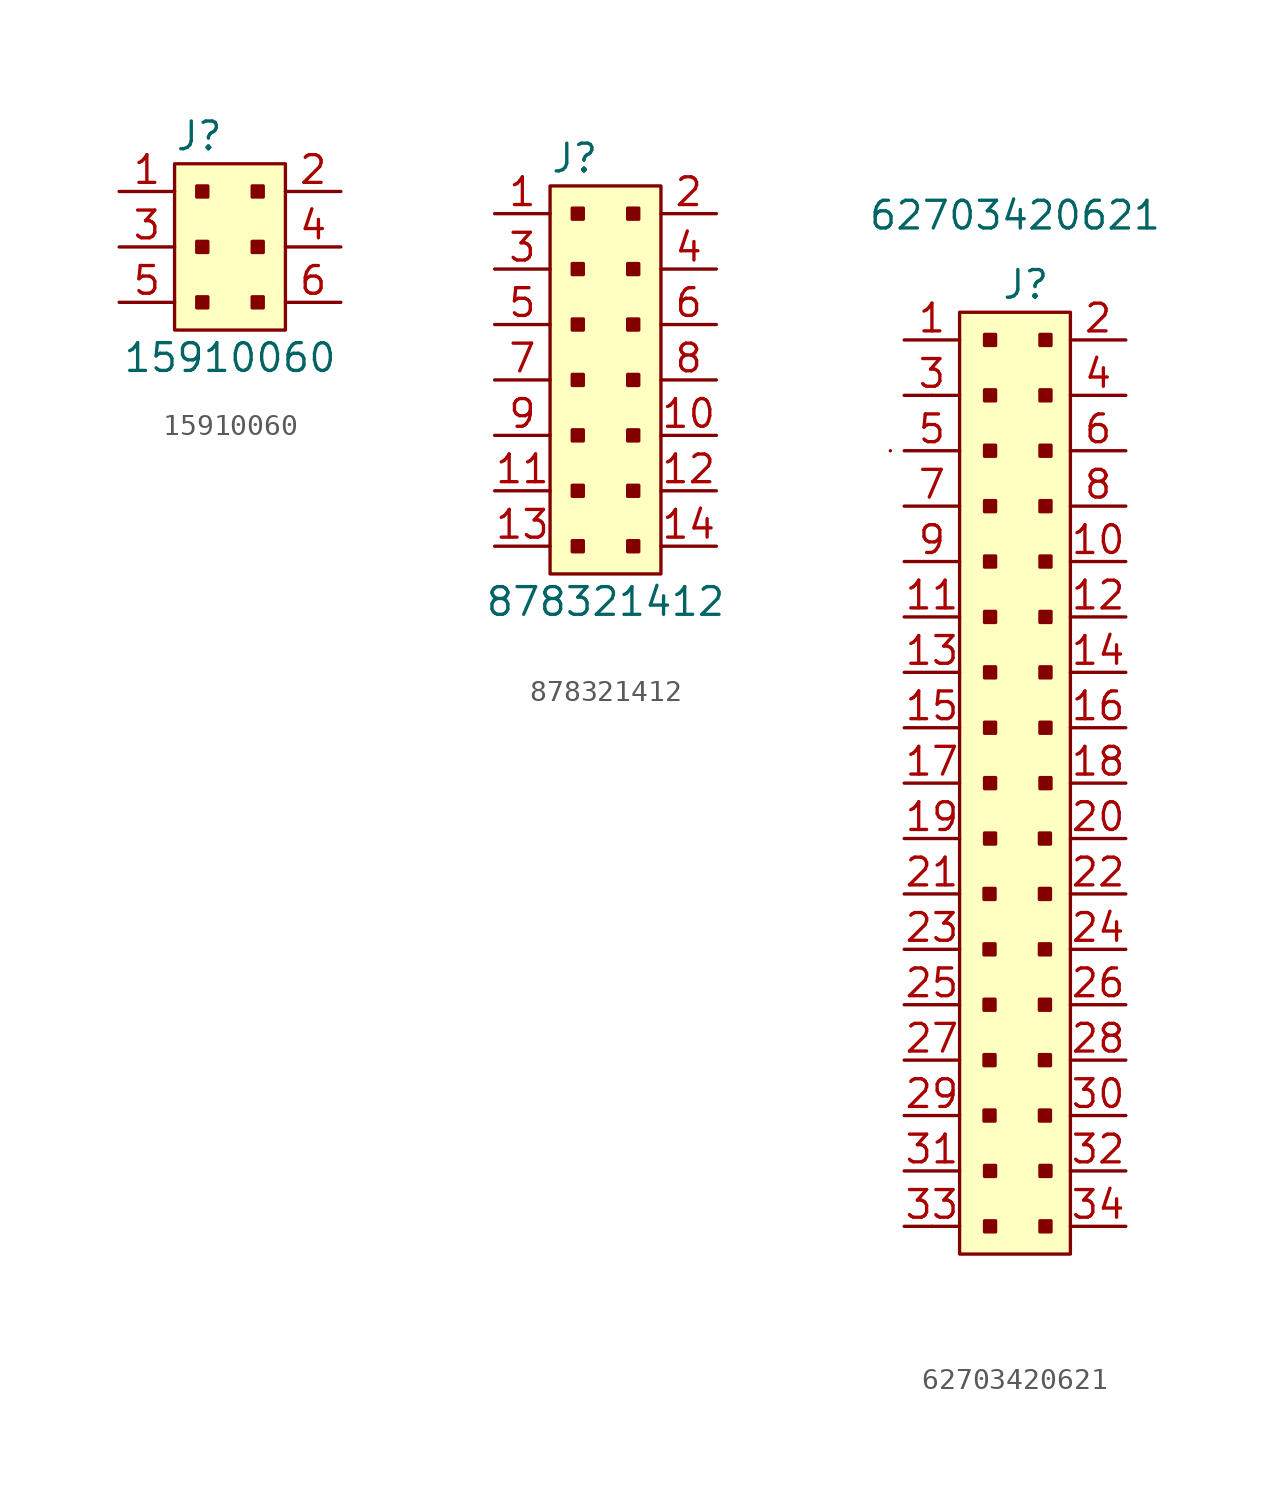
<source format=kicad_sym>
(kicad_symbol_lib
  (version 20211014)
  (generator kicad_symbol_editor)
  (symbol "15910060"
    (pin_names
      (offset 1.016))
    (property "Reference" "J"
      (at -2.54 5.08 0)
      (effects (font (size 1.27 1.27)) (justify left)))
    (property "Value" "15910060"
      (at 0 -5.08 0)
      (effects (font (size 1.27 1.27))))
    (symbol "15910060_1_1"
      (rectangle (start -2.54 3.81) (end 2.54 -3.81) (stroke (width 0) (type default) (color 0 0 0 0)) (fill (type background)))
      (rectangle (start -1.524 -2.286) (end -1.016 -2.794) (stroke (width 0) (type default) (color 0 0 0 0)) (fill (type outline)))
      (rectangle (start -1.524 0.254) (end -1.016 -0.254) (stroke (width 0) (type default) (color 0 0 0 0)) (fill (type outline)))
      (rectangle (start -1.524 2.794) (end -1.016 2.286) (stroke (width 0) (type default) (color 0 0 0 0)) (fill (type outline)))
      (rectangle (start 1.016 -2.286) (end 1.524 -2.794) (stroke (width 0) (type default) (color 0 0 0 0)) (fill (type outline)))
      (rectangle (start 1.016 0.254) (end 1.524 -0.254) (stroke (width 0) (type default) (color 0 0 0 0)) (fill (type outline)))
      (rectangle (start 1.016 2.794) (end 1.524 2.286) (stroke (width 0) (type default) (color 0 0 0 0)) (fill (type outline)))
      (pin passive line (at -5.08 2.54 0) (length 2.54) (name "~" (effects (font (size 1.27 1.27)))) (number "1" (effects (font (size 1.27 1.27)))))
      (pin passive line (at 5.08 2.54 180) (length 2.54) (name "~" (effects (font (size 1.27 1.27)))) (number "2" (effects (font (size 1.27 1.27)))))
      (pin passive line (at -5.08 0 0) (length 2.54) (name "~" (effects (font (size 1.27 1.27)))) (number "3" (effects (font (size 1.27 1.27)))))
      (pin passive line (at 5.08 0 180) (length 2.54) (name "~" (effects (font (size 1.27 1.27)))) (number "4" (effects (font (size 1.27 1.27)))))
      (pin passive line (at -5.08 -2.54 0) (length 2.54) (name "~" (effects (font (size 1.27 1.27)))) (number "5" (effects (font (size 1.27 1.27)))))
      (pin passive line (at 5.08 -2.54 180) (length 2.54) (name "~" (effects (font (size 1.27 1.27)))) (number "6" (effects (font (size 1.27 1.27)))))))
  (symbol "878321412"
    (pin_names
      (offset 1.016))
    (property "Reference" "J"
      (at -2.54 10.16 0)
      (effects (font (size 1.27 1.27)) (justify left)))
    (property "Value" "878321412"
      (at 0 -10.16 0)
      (effects (font (size 1.27 1.27))))
    (symbol "878321412_1_1"
      (rectangle (start -2.54 8.89) (end 2.54 -8.89) (stroke (width 0) (type default) (color 0 0 0 0)) (fill (type background)))
      (rectangle (start -1.524 -7.366) (end -1.016 -7.874) (stroke (width 0) (type default) (color 0 0 0 0)) (fill (type outline)))
      (rectangle (start -1.524 -4.826) (end -1.016 -5.334) (stroke (width 0) (type default) (color 0 0 0 0)) (fill (type outline)))
      (rectangle (start -1.524 -2.286) (end -1.016 -2.794) (stroke (width 0) (type default) (color 0 0 0 0)) (fill (type outline)))
      (rectangle (start -1.524 0.254) (end -1.016 -0.254) (stroke (width 0) (type default) (color 0 0 0 0)) (fill (type outline)))
      (rectangle (start -1.524 2.794) (end -1.016 2.286) (stroke (width 0) (type default) (color 0 0 0 0)) (fill (type outline)))
      (rectangle (start -1.524 5.334) (end -1.016 4.826) (stroke (width 0) (type default) (color 0 0 0 0)) (fill (type outline)))
      (rectangle (start -1.524 7.874) (end -1.016 7.366) (stroke (width 0) (type default) (color 0 0 0 0)) (fill (type outline)))
      (rectangle (start 1.016 -7.366) (end 1.524 -7.874) (stroke (width 0) (type default) (color 0 0 0 0)) (fill (type outline)))
      (rectangle (start 1.016 -4.826) (end 1.524 -5.334) (stroke (width 0) (type default) (color 0 0 0 0)) (fill (type outline)))
      (rectangle (start 1.016 -2.286) (end 1.524 -2.794) (stroke (width 0) (type default) (color 0 0 0 0)) (fill (type outline)))
      (rectangle (start 1.016 0.254) (end 1.524 -0.254) (stroke (width 0) (type default) (color 0 0 0 0)) (fill (type outline)))
      (rectangle (start 1.016 2.794) (end 1.524 2.286) (stroke (width 0) (type default) (color 0 0 0 0)) (fill (type outline)))
      (rectangle (start 1.016 5.334) (end 1.524 4.826) (stroke (width 0) (type default) (color 0 0 0 0)) (fill (type outline)))
      (rectangle (start 1.016 7.874) (end 1.524 7.366) (stroke (width 0) (type default) (color 0 0 0 0)) (fill (type outline)))
      (pin passive line (at -5.08 7.62 0) (length 2.54) (name "~" (effects (font (size 1.27 1.27)))) (number "1" (effects (font (size 1.27 1.27)))))
      (pin passive line (at 5.08 -2.54 180) (length 2.54) (name "~" (effects (font (size 1.27 1.27)))) (number "10" (effects (font (size 1.27 1.27)))))
      (pin passive line (at -5.08 -5.08 0) (length 2.54) (name "~" (effects (font (size 1.27 1.27)))) (number "11" (effects (font (size 1.27 1.27)))))
      (pin passive line (at 5.08 -5.08 180) (length 2.54) (name "~" (effects (font (size 1.27 1.27)))) (number "12" (effects (font (size 1.27 1.27)))))
      (pin passive line (at -5.08 -7.62 0) (length 2.54) (name "~" (effects (font (size 1.27 1.27)))) (number "13" (effects (font (size 1.27 1.27)))))
      (pin passive line (at 5.08 -7.62 180) (length 2.54) (name "~" (effects (font (size 1.27 1.27)))) (number "14" (effects (font (size 1.27 1.27)))))
      (pin passive line (at 5.08 7.62 180) (length 2.54) (name "~" (effects (font (size 1.27 1.27)))) (number "2" (effects (font (size 1.27 1.27)))))
      (pin passive line (at -5.08 5.08 0) (length 2.54) (name "~" (effects (font (size 1.27 1.27)))) (number "3" (effects (font (size 1.27 1.27)))))
      (pin passive line (at 5.08 5.08 180) (length 2.54) (name "~" (effects (font (size 1.27 1.27)))) (number "4" (effects (font (size 1.27 1.27)))))
      (pin passive line (at -5.08 2.54 0) (length 2.54) (name "~" (effects (font (size 1.27 1.27)))) (number "5" (effects (font (size 1.27 1.27)))))
      (pin passive line (at 5.08 2.54 180) (length 2.54) (name "~" (effects (font (size 1.27 1.27)))) (number "6" (effects (font (size 1.27 1.27)))))
      (pin passive line (at -5.08 0 0) (length 2.54) (name "~" (effects (font (size 1.27 1.27)))) (number "7" (effects (font (size 1.27 1.27)))))
      (pin passive line (at 5.08 0 180) (length 2.54) (name "~" (effects (font (size 1.27 1.27)))) (number "8" (effects (font (size 1.27 1.27)))))
      (pin passive line (at -5.08 -2.54 0) (length 2.54) (name "~" (effects (font (size 1.27 1.27)))) (number "9" (effects (font (size 1.27 1.27)))))))
  (symbol "62703420621"
    (pin_names
      (offset 1.016))
    (property "Reference" "J"
      (at -0.635 26.67 0)
      (effects (font (size 1.27 1.27)) (justify left)))
    (property "Value" "62703420621"
      (at 0 29.845 0)
      (effects (font (size 1.27 1.27))))
    (symbol "62703420621_0_1"
      (rectangle (start -5.715 19.05) (end -5.715 19.05) (stroke (width 0) (type default) (color 0 0 0 0)) (fill (type none)))
      (rectangle (start -3.81 -16.51) (end -3.81 -16.51) (stroke (width 0) (type default) (color 0 0 0 0)) (fill (type none)))
      (rectangle (start -3.81 21.59) (end -3.81 21.59) (stroke (width 0) (type default) (color 0 0 0 0)) (fill (type none)))
      (rectangle (start -2.54 25.4) (end 2.54 -17.78) (stroke (width 0) (type default) (color 0 0 0 0)) (fill (type background))))
    (symbol "62703420621_1_1"
      (rectangle (start -0.914 -11.684) (end -1.422 -11.176) (stroke (width 0) (type default) (color 0 0 0 0)) (fill (type outline)))
      (rectangle (start -0.914 -9.144) (end -1.422 -8.636) (stroke (width 0) (type default) (color 0 0 0 0)) (fill (type outline)))
      (rectangle (start -0.914 -6.604) (end -1.422 -6.096) (stroke (width 0) (type default) (color 0 0 0 0)) (fill (type outline)))
      (rectangle (start -0.914 -4.064) (end -1.422 -3.556) (stroke (width 0) (type default) (color 0 0 0 0)) (fill (type outline)))
      (rectangle (start -0.914 -1.524) (end -1.422 -1.016) (stroke (width 0) (type default) (color 0 0 0 0)) (fill (type outline)))
      (rectangle (start -0.889 -16.764) (end -1.397 -16.256) (stroke (width 0) (type default) (color 0 0 0 0)) (fill (type outline)))
      (rectangle (start -0.889 -14.224) (end -1.397 -13.716) (stroke (width 0) (type default) (color 0 0 0 0)) (fill (type outline)))
      (rectangle (start -0.889 1.016) (end -1.397 1.524) (stroke (width 0) (type default) (color 0 0 0 0)) (fill (type outline)))
      (rectangle (start -0.889 3.556) (end -1.397 4.064) (stroke (width 0) (type default) (color 0 0 0 0)) (fill (type outline)))
      (rectangle (start -0.889 6.096) (end -1.397 6.604) (stroke (width 0) (type default) (color 0 0 0 0)) (fill (type outline)))
      (rectangle (start -0.889 8.636) (end -1.397 9.144) (stroke (width 0) (type default) (color 0 0 0 0)) (fill (type outline)))
      (rectangle (start -0.889 11.176) (end -1.397 11.684) (stroke (width 0) (type default) (color 0 0 0 0)) (fill (type outline)))
      (rectangle (start -0.889 13.716) (end -1.397 14.224) (stroke (width 0) (type default) (color 0 0 0 0)) (fill (type outline)))
      (rectangle (start -0.889 16.256) (end -1.397 16.764) (stroke (width 0) (type default) (color 0 0 0 0)) (fill (type outline)))
      (rectangle (start -0.889 18.796) (end -1.397 19.304) (stroke (width 0) (type default) (color 0 0 0 0)) (fill (type outline)))
      (rectangle (start -0.889 21.336) (end -1.397 21.844) (stroke (width 0) (type default) (color 0 0 0 0)) (fill (type outline)))
      (rectangle (start -0.889 23.876) (end -1.397 24.384) (stroke (width 0) (type default) (color 0 0 0 0)) (fill (type outline)))
      (rectangle (start 1.626 -11.684) (end 1.118 -11.176) (stroke (width 0) (type default) (color 0 0 0 0)) (fill (type outline)))
      (rectangle (start 1.626 -9.144) (end 1.118 -8.636) (stroke (width 0) (type default) (color 0 0 0 0)) (fill (type outline)))
      (rectangle (start 1.626 -6.604) (end 1.118 -6.096) (stroke (width 0) (type default) (color 0 0 0 0)) (fill (type outline)))
      (rectangle (start 1.626 -4.064) (end 1.118 -3.556) (stroke (width 0) (type default) (color 0 0 0 0)) (fill (type outline)))
      (rectangle (start 1.626 -1.524) (end 1.118 -1.016) (stroke (width 0) (type default) (color 0 0 0 0)) (fill (type outline)))
      (rectangle (start 1.626 1.016) (end 1.118 1.524) (stroke (width 0) (type default) (color 0 0 0 0)) (fill (type outline)))
      (rectangle (start 1.651 -16.764) (end 1.143 -16.256) (stroke (width 0) (type default) (color 0 0 0 0)) (fill (type outline)))
      (rectangle (start 1.651 -14.224) (end 1.143 -13.716) (stroke (width 0) (type default) (color 0 0 0 0)) (fill (type outline)))
      (rectangle (start 1.651 3.556) (end 1.143 4.064) (stroke (width 0) (type default) (color 0 0 0 0)) (fill (type outline)))
      (rectangle (start 1.651 6.096) (end 1.143 6.604) (stroke (width 0) (type default) (color 0 0 0 0)) (fill (type outline)))
      (rectangle (start 1.651 8.636) (end 1.143 9.144) (stroke (width 0) (type default) (color 0 0 0 0)) (fill (type outline)))
      (rectangle (start 1.651 11.176) (end 1.143 11.684) (stroke (width 0) (type default) (color 0 0 0 0)) (fill (type outline)))
      (rectangle (start 1.651 13.716) (end 1.143 14.224) (stroke (width 0) (type default) (color 0 0 0 0)) (fill (type outline)))
      (rectangle (start 1.651 16.256) (end 1.143 16.764) (stroke (width 0) (type default) (color 0 0 0 0)) (fill (type outline)))
      (rectangle (start 1.651 18.796) (end 1.143 19.304) (stroke (width 0) (type default) (color 0 0 0 0)) (fill (type outline)))
      (rectangle (start 1.651 21.336) (end 1.143 21.844) (stroke (width 0) (type default) (color 0 0 0 0)) (fill (type outline)))
      (rectangle (start 1.651 23.876) (end 1.143 24.384) (stroke (width 0) (type default) (color 0 0 0 0)) (fill (type outline)))
      (pin passive line (at -5.08 24.13 0) (length 2.54) (name "~" (effects (font (size 1.27 1.27)))) (number "1" (effects (font (size 1.27 1.27)))))
      (pin passive line (at 5.08 13.97 180) (length 2.54) (name "~" (effects (font (size 1.27 1.27)))) (number "10" (effects (font (size 1.27 1.27)))))
      (pin passive line (at -5.08 11.43 0) (length 2.54) (name "~" (effects (font (size 1.27 1.27)))) (number "11" (effects (font (size 1.27 1.27)))))
      (pin passive line (at 5.08 11.43 180) (length 2.54) (name "~" (effects (font (size 1.27 1.27)))) (number "12" (effects (font (size 1.27 1.27)))))
      (pin passive line (at -5.08 8.89 0) (length 2.54) (name "~" (effects (font (size 1.27 1.27)))) (number "13" (effects (font (size 1.27 1.27)))))
      (pin passive line (at 5.08 8.89 180) (length 2.54) (name "~" (effects (font (size 1.27 1.27)))) (number "14" (effects (font (size 1.27 1.27)))))
      (pin passive line (at -5.08 6.35 0) (length 2.54) (name "~" (effects (font (size 1.27 1.27)))) (number "15" (effects (font (size 1.27 1.27)))))
      (pin passive line (at 5.08 6.35 180) (length 2.54) (name "~" (effects (font (size 1.27 1.27)))) (number "16" (effects (font (size 1.27 1.27)))))
      (pin passive line (at -5.08 3.81 0) (length 2.54) (name "~" (effects (font (size 1.27 1.27)))) (number "17" (effects (font (size 1.27 1.27)))))
      (pin passive line (at 5.08 3.81 180) (length 2.54) (name "~" (effects (font (size 1.27 1.27)))) (number "18" (effects (font (size 1.27 1.27)))))
      (pin passive line (at -5.08 1.27 0) (length 2.54) (name "~" (effects (font (size 1.27 1.27)))) (number "19" (effects (font (size 1.27 1.27)))))
      (pin passive line (at 5.08 24.13 180) (length 2.54) (name "~" (effects (font (size 1.27 1.27)))) (number "2" (effects (font (size 1.27 1.27)))))
      (pin passive line (at 5.08 1.27 180) (length 2.54) (name "~" (effects (font (size 1.27 1.27)))) (number "20" (effects (font (size 1.27 1.27)))))
      (pin passive line (at -5.08 -1.27 0) (length 2.54) (name "~" (effects (font (size 1.27 1.27)))) (number "21" (effects (font (size 1.27 1.27)))))
      (pin passive line (at 5.08 -1.27 180) (length 2.54) (name "~" (effects (font (size 1.27 1.27)))) (number "22" (effects (font (size 1.27 1.27)))))
      (pin passive line (at -5.08 -3.81 0) (length 2.54) (name "~" (effects (font (size 1.27 1.27)))) (number "23" (effects (font (size 1.27 1.27)))))
      (pin passive line (at 5.08 -3.81 180) (length 2.54) (name "~" (effects (font (size 1.27 1.27)))) (number "24" (effects (font (size 1.27 1.27)))))
      (pin passive line (at -5.08 -6.35 0) (length 2.54) (name "~" (effects (font (size 1.27 1.27)))) (number "25" (effects (font (size 1.27 1.27)))))
      (pin passive line (at 5.08 -6.35 180) (length 2.54) (name "~" (effects (font (size 1.27 1.27)))) (number "26" (effects (font (size 1.27 1.27)))))
      (pin passive line (at -5.08 -8.89 0) (length 2.54) (name "~" (effects (font (size 1.27 1.27)))) (number "27" (effects (font (size 1.27 1.27)))))
      (pin passive line (at 5.08 -8.89 180) (length 2.54) (name "~" (effects (font (size 1.27 1.27)))) (number "28" (effects (font (size 1.27 1.27)))))
      (pin passive line (at -5.08 -11.43 0) (length 2.54) (name "~" (effects (font (size 1.27 1.27)))) (number "29" (effects (font (size 1.27 1.27)))))
      (pin passive line (at -5.08 21.59 0) (length 2.54) (name "~" (effects (font (size 1.27 1.27)))) (number "3" (effects (font (size 1.27 1.27)))))
      (pin passive line (at 5.08 -11.43 180) (length 2.54) (name "~" (effects (font (size 1.27 1.27)))) (number "30" (effects (font (size 1.27 1.27)))))
      (pin passive line (at -5.08 -13.97 0) (length 2.54) (name "~" (effects (font (size 1.27 1.27)))) (number "31" (effects (font (size 1.27 1.27)))))
      (pin passive line (at 5.08 -13.97 180) (length 2.54) (name "~" (effects (font (size 1.27 1.27)))) (number "32" (effects (font (size 1.27 1.27)))))
      (pin passive line (at -5.08 -16.51 0) (length 2.54) (name "~" (effects (font (size 1.27 1.27)))) (number "33" (effects (font (size 1.27 1.27)))))
      (pin passive line (at 5.08 -16.51 180) (length 2.54) (name "~" (effects (font (size 1.27 1.27)))) (number "34" (effects (font (size 1.27 1.27)))))
      (pin passive line (at 5.08 21.59 180) (length 2.54) (name "~" (effects (font (size 1.27 1.27)))) (number "4" (effects (font (size 1.27 1.27)))))
      (pin passive line (at -5.08 19.05 0) (length 2.54) (name "~" (effects (font (size 1.27 1.27)))) (number "5" (effects (font (size 1.27 1.27)))))
      (pin passive line (at 5.08 19.05 180) (length 2.54) (name "~" (effects (font (size 1.27 1.27)))) (number "6" (effects (font (size 1.27 1.27)))))
      (pin passive line (at -5.08 16.51 0) (length 2.54) (name "~" (effects (font (size 1.27 1.27)))) (number "7" (effects (font (size 1.27 1.27)))))
      (pin passive line (at 5.08 16.51 180) (length 2.54) (name "~" (effects (font (size 1.27 1.27)))) (number "8" (effects (font (size 1.27 1.27)))))
      (pin passive line (at -5.08 13.97 0) (length 2.54) (name "~" (effects (font (size 1.27 1.27)))) (number "9" (effects (font (size 1.27 1.27))))))))
</source>
